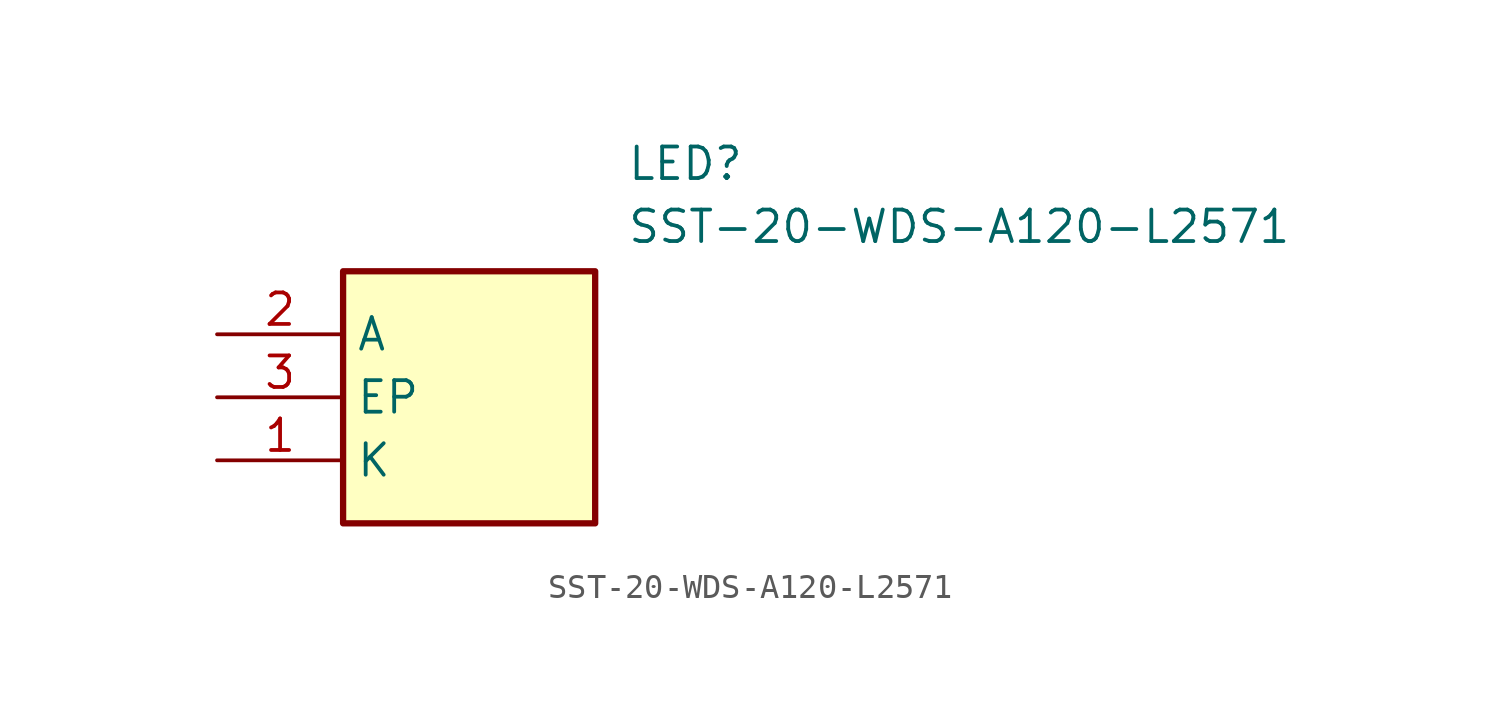
<source format=kicad_sym>
(kicad_symbol_lib
  (version 20211014)
  (generator SamacSys_ECAD_Model)
  (symbol "SST-20-WDS-A120-L2571"
    (property "Reference" "LED"
      (at 16.51 7.62 0)
      (effects (font (size 1.27 1.27)) (justify left top)))
    (property "Value" "SST-20-WDS-A120-L2571"
      (at 16.51 5.08 0)
      (effects (font (size 1.27 1.27)) (justify left top)))
    (rectangle
      (start 5.08 2.54)
      (end 15.24 -7.62)
      (stroke (width 0.254) (type default))
      (fill (type background)))
    (pin passive line
      (at 0 -5.08 0)
      (length 5.08)
      (name "K" (effects (font (size 1.27 1.27))))
      (number "1" (effects (font (size 1.27 1.27)))))
    (pin passive line
      (at 0 0 0)
      (length 5.08)
      (name "A" (effects (font (size 1.27 1.27))))
      (number "2" (effects (font (size 1.27 1.27)))))
    (pin passive line
      (at 0 -2.54 0)
      (length 5.08)
      (name "EP" (effects (font (size 1.27 1.27))))
      (number "3" (effects (font (size 1.27 1.27)))))))
</source>
